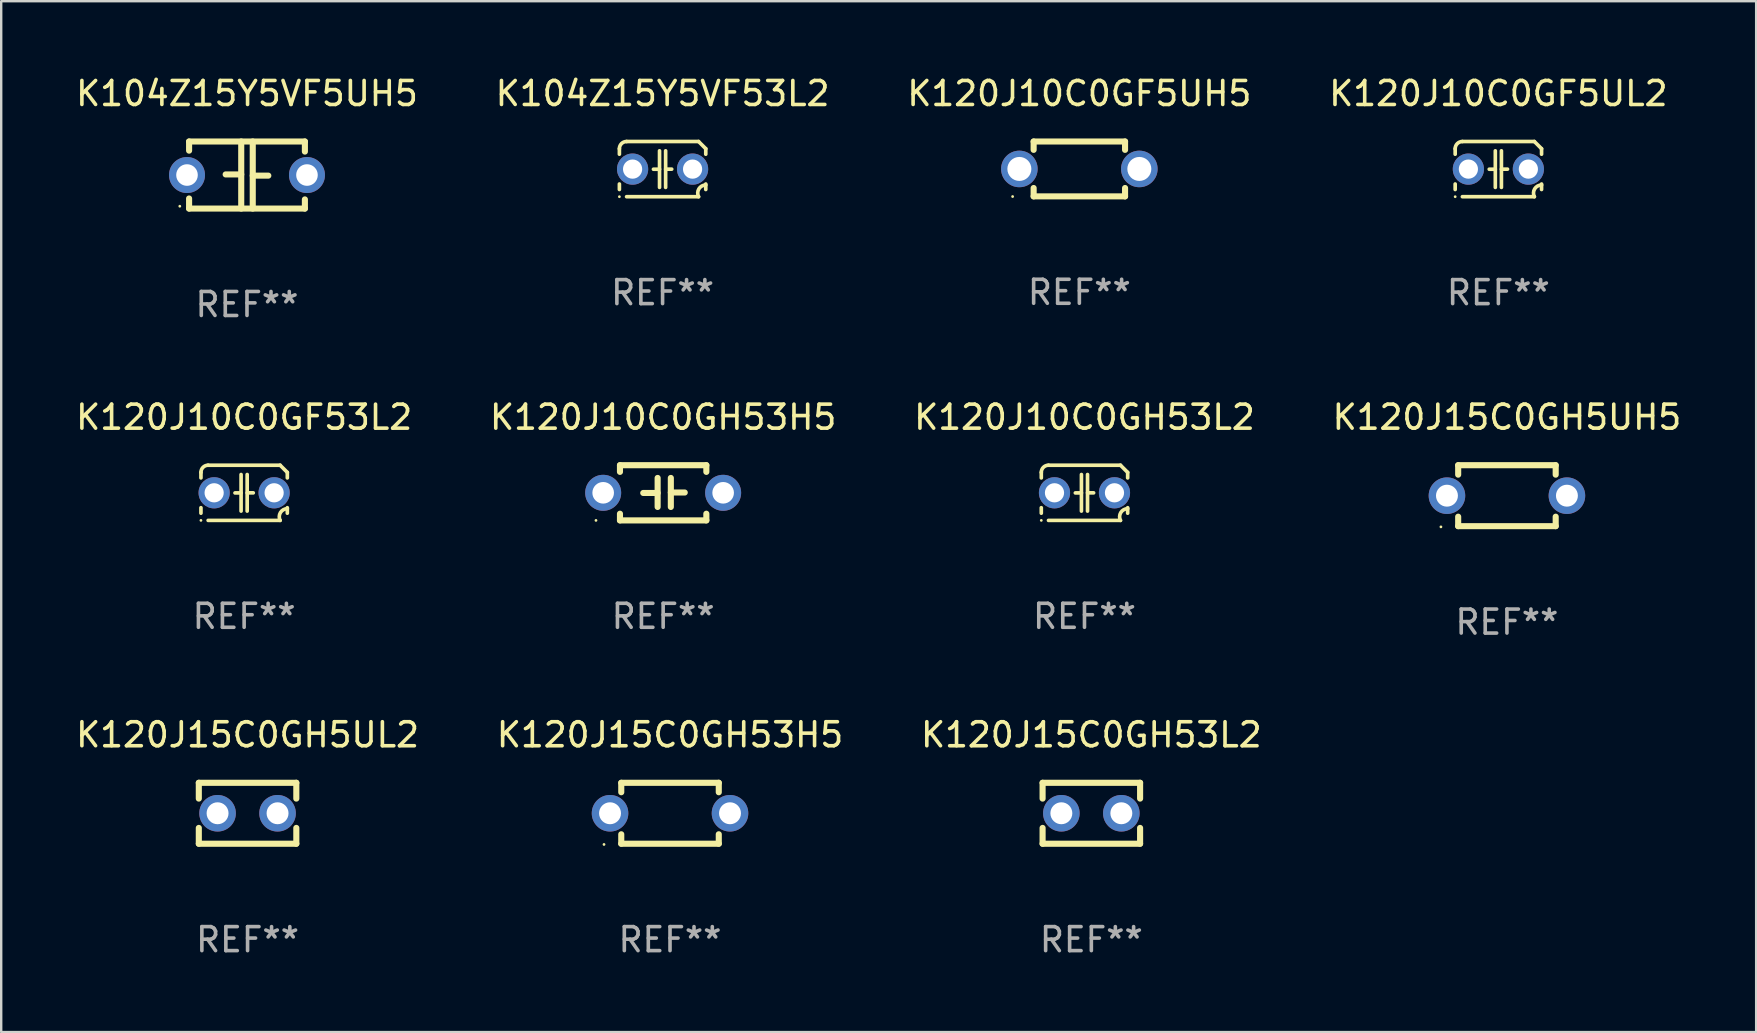
<source format=kicad_pcb>
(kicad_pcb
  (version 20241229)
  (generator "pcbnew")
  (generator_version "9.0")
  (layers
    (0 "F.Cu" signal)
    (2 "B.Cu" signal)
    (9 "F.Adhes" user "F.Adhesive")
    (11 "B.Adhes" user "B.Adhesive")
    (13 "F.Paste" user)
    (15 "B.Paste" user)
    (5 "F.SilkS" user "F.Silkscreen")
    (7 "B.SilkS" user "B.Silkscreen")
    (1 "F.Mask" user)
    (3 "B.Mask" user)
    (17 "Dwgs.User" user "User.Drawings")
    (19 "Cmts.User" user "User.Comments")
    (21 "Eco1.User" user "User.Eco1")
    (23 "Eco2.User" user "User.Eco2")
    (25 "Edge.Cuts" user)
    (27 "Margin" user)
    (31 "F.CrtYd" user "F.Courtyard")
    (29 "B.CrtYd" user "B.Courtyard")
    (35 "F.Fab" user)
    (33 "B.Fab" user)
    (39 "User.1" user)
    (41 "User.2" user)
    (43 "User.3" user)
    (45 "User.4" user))
  (footprint "K120J10C0GF5UL2"
    (layer "F.Cu")
    (at 59.399 3.998)
    (property "Reference" "K120J10C0GF5UL2" (at 0 -3.15 0) (layer "F.SilkS") (effects (font (size 1 1) (thickness 0.15))))
    (attr through_hole)
    (fp_line (start -1.8 -0.621) (end -1.8 -0.85) (stroke (width 0.152) (type solid)) (layer "F.SilkS"))
    (fp_line (start -1.8 0.85) (end -1.8 0.621) (stroke (width 0.152) (type solid)) (layer "F.SilkS"))
    (fp_line (start -1.5 -1.15) (end 1.5 -1.15) (stroke (width 0.152) (type solid)) (layer "F.SilkS"))
    (fp_line (start -0.127 -0.762) (end -0.127 0.762) (stroke (width 0.152) (type solid)) (layer "F.SilkS"))
    (fp_line (start -0.127 0.005) (end -0.381 0.005) (stroke (width 0.152) (type solid)) (layer "F.SilkS"))
    (fp_line (start 0.127 -0.762) (end 0.127 0.762) (stroke (width 0.152) (type solid)) (layer "F.SilkS"))
    (fp_line (start 0.127 0.002) (end 0.381 0.002) (stroke (width 0.152) (type solid)) (layer "F.SilkS"))
    (fp_line (start 1.5 1.15) (end -1.5 1.15) (stroke (width 0.152) (type solid)) (layer "F.SilkS"))
    (fp_line (start 1.8 -0.85) (end 1.8 -0.621) (stroke (width 0.152) (type solid)) (layer "F.SilkS"))
    (fp_line (start 1.8 0.621) (end 1.8 0.85) (stroke (width 0.152) (type solid)) (layer "F.SilkS"))
    (fp_arc (start -1.799975 -0.849987) (mid -1.712107 -1.062119) (end -1.499975 -1.149987) (stroke (width 0.151994) (type solid)) (layer "F.SilkS"))
    (fp_arc (start 1.499975 1.149987) (mid 1.513726 0.822359) (end 1.799975 0.662387) (stroke (width 0.151994) (type solid)) (layer "F.SilkS"))
    (fp_arc (start 1.500001 -1.149986) (mid 1.650015 -1.000001) (end 1.8 -0.849987) (stroke (width 0.151994) (type solid)) (layer "F.SilkS"))
    (fp_circle (center -1.8 1.15) (end -1.77 1.15) (stroke (width 0.06) (type solid)) (fill no) (layer "F.SilkS"))
    (fp_text user "REF**" (at 0 5.15 0) (layer "F.Fab") (effects (font (size 1 1) (thickness 0.15))))
    (pad "1" thru_hole circle (at -1.25 0) (size 1.3 1.3) (drill 0.8) (layers "*.Cu" "*.Mask"))
    (pad "2" thru_hole circle (at 1.25 0) (size 1.3 1.3) (drill 0.8) (layers "*.Cu" "*.Mask")))
  (footprint "K120J10C0GH53L2"
    (layer "F.Cu")
    (at 42.149 17.489)
    (property "Reference" "K120J10C0GH53L2" (at 0 -3.15 0) (layer "F.SilkS") (effects (font (size 1 1) (thickness 0.15))))
    (attr through_hole)
    (fp_line (start -1.8 -0.621) (end -1.8 -0.85) (stroke (width 0.152) (type solid)) (layer "F.SilkS"))
    (fp_line (start -1.8 0.85) (end -1.8 0.621) (stroke (width 0.152) (type solid)) (layer "F.SilkS"))
    (fp_line (start -1.5 -1.15) (end 1.5 -1.15) (stroke (width 0.152) (type solid)) (layer "F.SilkS"))
    (fp_line (start -0.127 -0.762) (end -0.127 0.762) (stroke (width 0.152) (type solid)) (layer "F.SilkS"))
    (fp_line (start -0.127 0.005) (end -0.381 0.005) (stroke (width 0.152) (type solid)) (layer "F.SilkS"))
    (fp_line (start 0.127 -0.762) (end 0.127 0.762) (stroke (width 0.152) (type solid)) (layer "F.SilkS"))
    (fp_line (start 0.127 0.002) (end 0.381 0.002) (stroke (width 0.152) (type solid)) (layer "F.SilkS"))
    (fp_line (start 1.5 1.15) (end -1.5 1.15) (stroke (width 0.152) (type solid)) (layer "F.SilkS"))
    (fp_line (start 1.8 -0.85) (end 1.8 -0.621) (stroke (width 0.152) (type solid)) (layer "F.SilkS"))
    (fp_line (start 1.8 0.621) (end 1.8 0.85) (stroke (width 0.152) (type solid)) (layer "F.SilkS"))
    (fp_arc (start -1.799975 -0.849987) (mid -1.712107 -1.062119) (end -1.499975 -1.149987) (stroke (width 0.151994) (type solid)) (layer "F.SilkS"))
    (fp_arc (start 1.499975 1.149987) (mid 1.513726 0.822359) (end 1.799975 0.662387) (stroke (width 0.151994) (type solid)) (layer "F.SilkS"))
    (fp_arc (start 1.500001 -1.149986) (mid 1.650015 -1.000001) (end 1.8 -0.849987) (stroke (width 0.151994) (type solid)) (layer "F.SilkS"))
    (fp_circle (center -1.8 1.15) (end -1.77 1.15) (stroke (width 0.06) (type solid)) (fill no) (layer "F.SilkS"))
    (fp_text user "REF**" (at 0 5.15 0) (layer "F.Fab") (effects (font (size 1 1) (thickness 0.15))))
    (pad "1" thru_hole circle (at -1.25 0) (size 1.3 1.3) (drill 0.8) (layers "*.Cu" "*.Mask"))
    (pad "2" thru_hole circle (at 1.25 0) (size 1.3 1.3) (drill 0.8) (layers "*.Cu" "*.Mask")))
  (footprint "K120J15C0GH53L2"
    (layer "F.Cu")
    (at 42.435 30.845)
    (property "Reference" "K120J15C0GH53L2" (at 0 -3.27 0) (layer "F.SilkS") (effects (font (size 1 1) (thickness 0.15))))
    (attr through_hole)
    (fp_line (start -2.032 -1.27) (end -2.032 -0.611) (stroke (width 0.254) (type solid)) (layer "F.SilkS"))
    (fp_line (start -2.032 0.611) (end -2.032 1.27) (stroke (width 0.254) (type solid)) (layer "F.SilkS"))
    (fp_line (start -2.032 1.27) (end 2.032 1.27) (stroke (width 0.254) (type solid)) (layer "F.SilkS"))
    (fp_line (start 2.032 -1.27) (end -2.032 -1.27) (stroke (width 0.254) (type solid)) (layer "F.SilkS"))
    (fp_line (start 2.032 -0.611) (end 2.032 -1.27) (stroke (width 0.254) (type solid)) (layer "F.SilkS"))
    (fp_line (start 2.032 1.27) (end 2.032 0.611) (stroke (width 0.254) (type solid)) (layer "F.SilkS"))
    (fp_circle (center -2 1.3) (end -1.97 1.3) (stroke (width 0.06) (type solid)) (fill no) (layer "F.SilkS"))
    (fp_text user "REF**" (at 0 5.27 0) (layer "F.Fab") (effects (font (size 1 1) (thickness 0.15))))
    (pad "1" thru_hole circle (at -1.25 0) (size 1.524 1.524) (drill 0.914) (layers "*.Cu" "*.Mask"))
    (pad "2" thru_hole circle (at 1.25 0) (size 1.524 1.524) (drill 0.914) (layers "*.Cu" "*.Mask")))
  (footprint "K120J15C0GH53H5"
    (layer "F.Cu")
    (at 24.875 30.845)
    (property "Reference" "K120J15C0GH53H5" (at 0 -3.27 0) (layer "F.SilkS") (effects (font (size 1 1) (thickness 0.15))))
    (attr through_hole)
    (fp_line (start -2.032 -1.27) (end -2.032 -0.876) (stroke (width 0.254) (type solid)) (layer "F.SilkS"))
    (fp_line (start -2.032 0.876) (end -2.032 1.27) (stroke (width 0.254) (type solid)) (layer "F.SilkS"))
    (fp_line (start -2.032 1.27) (end 2.032 1.27) (stroke (width 0.254) (type solid)) (layer "F.SilkS"))
    (fp_line (start 2.032 -1.27) (end -2.032 -1.27) (stroke (width 0.254) (type solid)) (layer "F.SilkS"))
    (fp_line (start 2.032 -0.876) (end 2.032 -1.27) (stroke (width 0.254) (type solid)) (layer "F.SilkS"))
    (fp_line (start 2.032 1.27) (end 2.032 0.876) (stroke (width 0.254) (type solid)) (layer "F.SilkS"))
    (fp_circle (center -2.751 1.3) (end -2.721 1.3) (stroke (width 0.06) (type solid)) (fill no) (layer "F.SilkS"))
    (fp_text user "REF**" (at 0 5.27 0) (layer "F.Fab") (effects (font (size 1 1) (thickness 0.15))))
    (pad "1" thru_hole circle (at -2.5 0) (size 1.524 1.524) (drill 0.914) (layers "*.Cu" "*.Mask"))
    (pad "2" thru_hole circle (at 2.5 0) (size 1.524 1.524) (drill 0.914) (layers "*.Cu" "*.Mask")))
  (footprint "K104Z15Y5VF53L2"
    (layer "F.Cu")
    (at 24.565 3.998)
    (property "Reference" "K104Z15Y5VF53L2" (at 0 -3.15 0) (layer "F.SilkS") (effects (font (size 1 1) (thickness 0.15))))
    (attr through_hole)
    (fp_line (start -1.8 -0.621) (end -1.8 -0.85) (stroke (width 0.152) (type solid)) (layer "F.SilkS"))
    (fp_line (start -1.8 0.85) (end -1.8 0.621) (stroke (width 0.152) (type solid)) (layer "F.SilkS"))
    (fp_line (start -1.5 -1.15) (end 1.5 -1.15) (stroke (width 0.152) (type solid)) (layer "F.SilkS"))
    (fp_line (start -0.127 -0.762) (end -0.127 0.762) (stroke (width 0.152) (type solid)) (layer "F.SilkS"))
    (fp_line (start -0.127 0.005) (end -0.381 0.005) (stroke (width 0.152) (type solid)) (layer "F.SilkS"))
    (fp_line (start 0.127 -0.762) (end 0.127 0.762) (stroke (width 0.152) (type solid)) (layer "F.SilkS"))
    (fp_line (start 0.127 0.002) (end 0.381 0.002) (stroke (width 0.152) (type solid)) (layer "F.SilkS"))
    (fp_line (start 1.5 1.15) (end -1.5 1.15) (stroke (width 0.152) (type solid)) (layer "F.SilkS"))
    (fp_line (start 1.8 -0.85) (end 1.8 -0.621) (stroke (width 0.152) (type solid)) (layer "F.SilkS"))
    (fp_line (start 1.8 0.621) (end 1.8 0.85) (stroke (width 0.152) (type solid)) (layer "F.SilkS"))
    (fp_arc (start -1.799975 -0.849987) (mid -1.712107 -1.062119) (end -1.499975 -1.149987) (stroke (width 0.151994) (type solid)) (layer "F.SilkS"))
    (fp_arc (start 1.499975 1.149987) (mid 1.513726 0.822359) (end 1.799975 0.662387) (stroke (width 0.151994) (type solid)) (layer "F.SilkS"))
    (fp_arc (start 1.500001 -1.149986) (mid 1.650015 -1.000001) (end 1.8 -0.849987) (stroke (width 0.151994) (type solid)) (layer "F.SilkS"))
    (fp_circle (center -1.8 1.15) (end -1.77 1.15) (stroke (width 0.06) (type solid)) (fill no) (layer "F.SilkS"))
    (fp_text user "REF**" (at 0 5.15 0) (layer "F.Fab") (effects (font (size 1 1) (thickness 0.15))))
    (pad "1" thru_hole circle (at -1.25 0) (size 1.3 1.3) (drill 0.8) (layers "*.Cu" "*.Mask"))
    (pad "2" thru_hole circle (at 1.25 0) (size 1.3 1.3) (drill 0.8) (layers "*.Cu" "*.Mask")))
  (footprint "K120J15C0GH5UL2"
    (layer "F.Cu")
    (at 7.268 30.845)
    (property "Reference" "K120J15C0GH5UL2" (at 0 -3.27 0) (layer "F.SilkS") (effects (font (size 1 1) (thickness 0.15))))
    (attr through_hole)
    (fp_line (start -2.032 -1.27) (end -2.032 -0.611) (stroke (width 0.254) (type solid)) (layer "F.SilkS"))
    (fp_line (start -2.032 0.611) (end -2.032 1.27) (stroke (width 0.254) (type solid)) (layer "F.SilkS"))
    (fp_line (start -2.032 1.27) (end 2.032 1.27) (stroke (width 0.254) (type solid)) (layer "F.SilkS"))
    (fp_line (start 2.032 -1.27) (end -2.032 -1.27) (stroke (width 0.254) (type solid)) (layer "F.SilkS"))
    (fp_line (start 2.032 -0.611) (end 2.032 -1.27) (stroke (width 0.254) (type solid)) (layer "F.SilkS"))
    (fp_line (start 2.032 1.27) (end 2.032 0.611) (stroke (width 0.254) (type solid)) (layer "F.SilkS"))
    (fp_circle (center -2 1.3) (end -1.97 1.3) (stroke (width 0.06) (type solid)) (fill no) (layer "F.SilkS"))
    (fp_text user "REF**" (at 0 5.27 0) (layer "F.Fab") (effects (font (size 1 1) (thickness 0.15))))
    (pad "1" thru_hole circle (at -1.25 0) (size 1.524 1.524) (drill 0.914) (layers "*.Cu" "*.Mask"))
    (pad "2" thru_hole circle (at 1.25 0) (size 1.524 1.524) (drill 0.914) (layers "*.Cu" "*.Mask")))
  (footprint "K120J10C0GH53H5"
    (layer "F.Cu")
    (at 24.589 17.489)
    (property "Reference" "K120J10C0GH53H5" (at 0 -3.15 0) (layer "F.SilkS") (effects (font (size 1 1) (thickness 0.15))))
    (attr through_hole)
    (fp_line (start -1.8 -1.15) (end -1.8 -0.872) (stroke (width 0.254) (type solid)) (layer "F.SilkS"))
    (fp_line (start -1.8 -1.15) (end 1.8 -1.15) (stroke (width 0.254) (type solid)) (layer "F.SilkS"))
    (fp_line (start -1.8 0.872) (end -1.8 1.15) (stroke (width 0.254) (type solid)) (layer "F.SilkS"))
    (fp_line (start -1.8 1.15) (end 1.8 1.15) (stroke (width 0.254) (type solid)) (layer "F.SilkS"))
    (fp_line (start -0.23 -0.62) (end -0.23 0.59) (stroke (width 0.254) (type solid)) (layer "F.SilkS"))
    (fp_line (start -0.23 0.007) (end -0.83 0.007) (stroke (width 0.254) (type solid)) (layer "F.SilkS"))
    (fp_line (start 0.32 -0.62) (end 0.32 0.59) (stroke (width 0.254) (type solid)) (layer "F.SilkS"))
    (fp_line (start 0.32 -0.012) (end 0.9 -0.012) (stroke (width 0.254) (type solid)) (layer "F.SilkS"))
    (fp_line (start 1.8 -1.15) (end 1.8 -0.872) (stroke (width 0.254) (type solid)) (layer "F.SilkS"))
    (fp_line (start 1.8 0.872) (end 1.8 1.15) (stroke (width 0.254) (type solid)) (layer "F.SilkS"))
    (fp_circle (center -2.8 1.15) (end -2.77 1.15) (stroke (width 0.06) (type solid)) (fill no) (layer "F.SilkS"))
    (fp_text user "REF**" (at 0 5.15 0) (layer "F.Fab") (effects (font (size 1 1) (thickness 0.15))))
    (pad "1" thru_hole circle (at -2.5 0) (size 1.5 1.5) (drill 0.9) (layers "*.Cu" "*.Mask"))
    (pad "2" thru_hole circle (at 2.5 0) (size 1.5 1.5) (drill 0.9) (layers "*.Cu" "*.Mask")))
  (footprint "K120J10C0GF53L2"
    (layer "F.Cu")
    (at 7.125 17.489)
    (property "Reference" "K120J10C0GF53L2" (at 0 -3.15 0) (layer "F.SilkS") (effects (font (size 1 1) (thickness 0.15))))
    (attr through_hole)
    (fp_line (start -1.8 -0.621) (end -1.8 -0.85) (stroke (width 0.152) (type solid)) (layer "F.SilkS"))
    (fp_line (start -1.8 0.85) (end -1.8 0.621) (stroke (width 0.152) (type solid)) (layer "F.SilkS"))
    (fp_line (start -1.5 -1.15) (end 1.5 -1.15) (stroke (width 0.152) (type solid)) (layer "F.SilkS"))
    (fp_line (start -0.127 -0.762) (end -0.127 0.762) (stroke (width 0.152) (type solid)) (layer "F.SilkS"))
    (fp_line (start -0.127 0.005) (end -0.381 0.005) (stroke (width 0.152) (type solid)) (layer "F.SilkS"))
    (fp_line (start 0.127 -0.762) (end 0.127 0.762) (stroke (width 0.152) (type solid)) (layer "F.SilkS"))
    (fp_line (start 0.127 0.002) (end 0.381 0.002) (stroke (width 0.152) (type solid)) (layer "F.SilkS"))
    (fp_line (start 1.5 1.15) (end -1.5 1.15) (stroke (width 0.152) (type solid)) (layer "F.SilkS"))
    (fp_line (start 1.8 -0.85) (end 1.8 -0.621) (stroke (width 0.152) (type solid)) (layer "F.SilkS"))
    (fp_line (start 1.8 0.621) (end 1.8 0.85) (stroke (width 0.152) (type solid)) (layer "F.SilkS"))
    (fp_arc (start -1.799975 -0.849987) (mid -1.712107 -1.062119) (end -1.499975 -1.149987) (stroke (width 0.151994) (type solid)) (layer "F.SilkS"))
    (fp_arc (start 1.499975 1.149987) (mid 1.513726 0.822359) (end 1.799975 0.662387) (stroke (width 0.151994) (type solid)) (layer "F.SilkS"))
    (fp_arc (start 1.500001 -1.149986) (mid 1.650015 -1.000001) (end 1.8 -0.849987) (stroke (width 0.151994) (type solid)) (layer "F.SilkS"))
    (fp_circle (center -1.8 1.15) (end -1.77 1.15) (stroke (width 0.06) (type solid)) (fill no) (layer "F.SilkS"))
    (fp_text user "REF**" (at 0 5.15 0) (layer "F.Fab") (effects (font (size 1 1) (thickness 0.15))))
    (pad "1" thru_hole circle (at -1.25 0) (size 1.3 1.3) (drill 0.8) (layers "*.Cu" "*.Mask"))
    (pad "2" thru_hole circle (at 1.25 0) (size 1.3 1.3) (drill 0.8) (layers "*.Cu" "*.Mask")))
  (footprint "K104Z15Y5VF5UH5"
    (layer "F.Cu")
    (at 7.244 4.245)
    (property "Reference" "K104Z15Y5VF5UH5" (at 0 -3.397 0) (layer "F.SilkS") (effects (font (size 1 1) (thickness 0.15))))
    (attr through_hole)
    (fp_line (start -2.413 -1.397) (end 2.413 -1.397) (stroke (width 0.254) (type solid)) (layer "F.SilkS"))
    (fp_line (start -2.413 -1.016) (end -2.413 -1.397) (stroke (width 0.254) (type solid)) (layer "F.SilkS"))
    (fp_line (start -2.413 0.977) (end -2.413 1.397) (stroke (width 0.254) (type solid)) (layer "F.SilkS"))
    (fp_line (start -0.24 -0.025) (end -0.889 -0.025) (stroke (width 0.254) (type solid)) (layer "F.SilkS"))
    (fp_line (start -0.24 1.397) (end -0.24 -1.397) (stroke (width 0.254) (type solid)) (layer "F.SilkS"))
    (fp_line (start 0.24 -1.397) (end 0.24 1.397) (stroke (width 0.254) (type solid)) (layer "F.SilkS"))
    (fp_line (start 0.24 0.025) (end 0.889 0.025) (stroke (width 0.254) (type solid)) (layer "F.SilkS"))
    (fp_line (start 2.413 -0.977) (end 2.413 -1.397) (stroke (width 0.254) (type solid)) (layer "F.SilkS"))
    (fp_line (start 2.413 1.016) (end 2.413 1.397) (stroke (width 0.254) (type solid)) (layer "F.SilkS"))
    (fp_line (start 2.413 1.397) (end -2.413 1.397) (stroke (width 0.254) (type solid)) (layer "F.SilkS"))
    (fp_circle (center -2.8 1.3) (end -2.77 1.3) (stroke (width 0.06) (type solid)) (fill no) (layer "F.SilkS"))
    (fp_text user "REF**" (at 0 5.397 0) (layer "F.Fab") (effects (font (size 1 1) (thickness 0.15))))
    (pad "1" thru_hole circle (at -2.5 0) (size 1.5 1.5) (drill 0.9) (layers "*.Cu" "*.Mask"))
    (pad "2" thru_hole circle (at 2.5 0) (size 1.5 1.5) (drill 0.9) (layers "*.Cu" "*.Mask")))
  (footprint "K120J15C0GH5UH5"
    (layer "F.Cu")
    (at 59.756 17.609)
    (property "Reference" "K120J15C0GH5UH5" (at 0 -3.27 0) (layer "F.SilkS") (effects (font (size 1 1) (thickness 0.15))))
    (attr through_hole)
    (fp_line (start -2.032 -1.27) (end -2.032 -0.876) (stroke (width 0.254) (type solid)) (layer "F.SilkS"))
    (fp_line (start -2.032 0.876) (end -2.032 1.27) (stroke (width 0.254) (type solid)) (layer "F.SilkS"))
    (fp_line (start -2.032 1.27) (end 2.032 1.27) (stroke (width 0.254) (type solid)) (layer "F.SilkS"))
    (fp_line (start 2.032 -1.27) (end -2.032 -1.27) (stroke (width 0.254) (type solid)) (layer "F.SilkS"))
    (fp_line (start 2.032 -0.876) (end 2.032 -1.27) (stroke (width 0.254) (type solid)) (layer "F.SilkS"))
    (fp_line (start 2.032 1.27) (end 2.032 0.876) (stroke (width 0.254) (type solid)) (layer "F.SilkS"))
    (fp_circle (center -2.751 1.3) (end -2.721 1.3) (stroke (width 0.06) (type solid)) (fill no) (layer "F.SilkS"))
    (fp_text user "REF**" (at 0 5.27 0) (layer "F.Fab") (effects (font (size 1 1) (thickness 0.15))))
    (pad "1" thru_hole circle (at -2.5 0) (size 1.524 1.524) (drill 0.914) (layers "*.Cu" "*.Mask"))
    (pad "2" thru_hole circle (at 2.5 0) (size 1.524 1.524) (drill 0.914) (layers "*.Cu" "*.Mask")))
  (footprint "K120J10C0GF5UH5"
    (layer "F.Cu")
    (at 41.935 3.991)
    (property "Reference" "K120J10C0GF5UH5" (at 0 -3.143 0) (layer "F.SilkS") (effects (font (size 1 1) (thickness 0.15))))
    (attr through_hole)
    (fp_line (start -1.905 -1.143) (end 1.905 -1.143) (stroke (width 0.254) (type solid)) (layer "F.SilkS"))
    (fp_line (start -1.905 -0.795) (end -1.905 -1.143) (stroke (width 0.254) (type solid)) (layer "F.SilkS"))
    (fp_line (start -1.905 1.143) (end -1.905 0.795) (stroke (width 0.254) (type solid)) (layer "F.SilkS"))
    (fp_line (start 1.905 -1.143) (end 1.905 -0.795) (stroke (width 0.254) (type solid)) (layer "F.SilkS"))
    (fp_line (start 1.905 0.795) (end 1.905 1.143) (stroke (width 0.254) (type solid)) (layer "F.SilkS"))
    (fp_line (start 1.905 1.143) (end -1.905 1.143) (stroke (width 0.254) (type solid)) (layer "F.SilkS"))
    (fp_circle (center -2.781 1.15) (end -2.751 1.15) (stroke (width 0.06) (type solid)) (fill no) (layer "F.SilkS"))
    (fp_text user "REF**" (at 0 5.143 0) (layer "F.Fab") (effects (font (size 1 1) (thickness 0.15))))
    (pad "1" thru_hole circle (at -2.5 0) (size 1.524 1.524) (drill 1) (layers "*.Cu" "*.Mask"))
    (pad "2" thru_hole circle (at 2.5 0) (size 1.524 1.524) (drill 1) (layers "*.Cu" "*.Mask")))
  (gr_rect
    (start -3 -3)
    (end 70.143 39.964)
    (stroke (width 0.1) (type default))
    (fill no)
    (layer "Edge.Cuts")))
</source>
